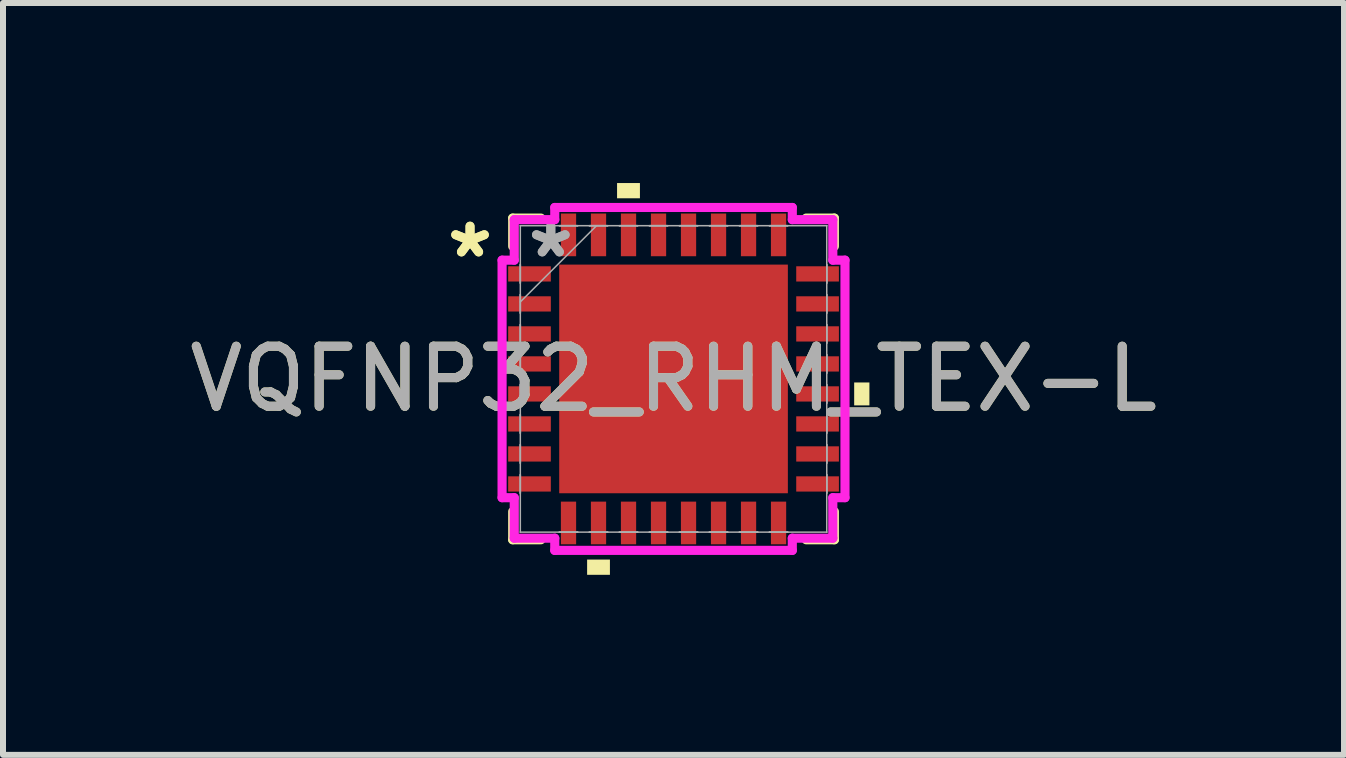
<source format=kicad_pcb>
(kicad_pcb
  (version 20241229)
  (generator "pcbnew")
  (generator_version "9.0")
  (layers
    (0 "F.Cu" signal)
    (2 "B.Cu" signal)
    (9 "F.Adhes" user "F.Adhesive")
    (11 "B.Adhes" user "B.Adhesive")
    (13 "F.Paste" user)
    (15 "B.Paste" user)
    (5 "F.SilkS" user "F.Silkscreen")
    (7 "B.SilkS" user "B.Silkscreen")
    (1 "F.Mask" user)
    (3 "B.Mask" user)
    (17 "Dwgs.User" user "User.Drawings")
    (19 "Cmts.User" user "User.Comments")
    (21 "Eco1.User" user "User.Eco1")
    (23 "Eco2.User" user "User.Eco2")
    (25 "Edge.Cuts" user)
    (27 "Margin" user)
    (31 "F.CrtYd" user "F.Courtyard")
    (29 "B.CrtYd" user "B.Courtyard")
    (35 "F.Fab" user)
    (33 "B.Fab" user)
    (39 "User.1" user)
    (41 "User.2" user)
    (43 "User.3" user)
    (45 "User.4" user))
  (footprint "VQFNP32_RHM_TEX-L"
    (layer "F.Cu")
    (at 8.173 3.264)
    (property "Reference" "VQFNP32_RHM_TEX-L" (at 0 0 0) (unlocked yes) (layer "F.SilkS") (effects (font (size 1 1) (thickness 0.15))))
    (attr smd)
    (fp_line (start -2.68 -2.68) (end -2.68 -2.21) (stroke (width 0.152) (type solid)) (layer "F.SilkS"))
    (fp_line (start -2.68 2.21) (end -2.68 2.68) (stroke (width 0.152) (type solid)) (layer "F.SilkS"))
    (fp_line (start -2.68 2.68) (end -2.21 2.68) (stroke (width 0.152) (type solid)) (layer "F.SilkS"))
    (fp_line (start -2.21 -2.68) (end -2.68 -2.68) (stroke (width 0.152) (type solid)) (layer "F.SilkS"))
    (fp_line (start 2.21 2.68) (end 2.68 2.68) (stroke (width 0.152) (type solid)) (layer "F.SilkS"))
    (fp_line (start 2.68 -2.68) (end 2.21 -2.68) (stroke (width 0.152) (type solid)) (layer "F.SilkS"))
    (fp_line (start 2.68 -2.21) (end 2.68 -2.68) (stroke (width 0.152) (type solid)) (layer "F.SilkS"))
    (fp_line (start 2.68 2.68) (end 2.68 2.21) (stroke (width 0.152) (type solid)) (layer "F.SilkS"))
    (fp_poly (pts (xy -1.44 3.01) (xy -1.44 3.264) (xy -1.06 3.264) (xy -1.06 3.01)) (stroke (width 0) (type solid)) (fill yes) (layer "F.SilkS"))
    (fp_poly (pts (xy -0.941 -3.01) (xy -0.941 -3.264) (xy -0.56 -3.264) (xy -0.56 -3.01)) (stroke (width 0) (type solid)) (fill yes) (layer "F.SilkS"))
    (fp_poly (pts (xy 3.264 0.059) (xy 3.264 0.441) (xy 3.01 0.441) (xy 3.01 0.059)) (stroke (width 0) (type solid)) (fill yes) (layer "F.SilkS"))
    (fp_poly (pts (xy -1.805 -1.805) (xy -1.805 -0.735) (xy -0.735 -0.735) (xy -0.735 -1.805)) (stroke (width 0) (type solid)) (fill yes) (layer "F.Paste"))
    (fp_poly (pts (xy -1.805 -0.535) (xy -1.805 0.535) (xy -0.735 0.535) (xy -0.735 -0.535)) (stroke (width 0) (type solid)) (fill yes) (layer "F.Paste"))
    (fp_poly (pts (xy -1.805 0.735) (xy -1.805 1.805) (xy -0.735 1.805) (xy -0.735 0.735)) (stroke (width 0) (type solid)) (fill yes) (layer "F.Paste"))
    (fp_poly (pts (xy -0.535 -1.805) (xy -0.535 -0.735) (xy 0.535 -0.735) (xy 0.535 -1.805)) (stroke (width 0) (type solid)) (fill yes) (layer "F.Paste"))
    (fp_poly (pts (xy -0.535 -0.535) (xy -0.535 0.535) (xy 0.535 0.535) (xy 0.535 -0.535)) (stroke (width 0) (type solid)) (fill yes) (layer "F.Paste"))
    (fp_poly (pts (xy -0.535 0.735) (xy -0.535 1.805) (xy 0.535 1.805) (xy 0.535 0.735)) (stroke (width 0) (type solid)) (fill yes) (layer "F.Paste"))
    (fp_poly (pts (xy 0.735 -1.805) (xy 0.735 -0.735) (xy 1.805 -0.735) (xy 1.805 -1.805)) (stroke (width 0) (type solid)) (fill yes) (layer "F.Paste"))
    (fp_poly (pts (xy 0.735 -0.535) (xy 0.735 0.535) (xy 1.805 0.535) (xy 1.805 -0.535)) (stroke (width 0) (type solid)) (fill yes) (layer "F.Paste"))
    (fp_poly (pts (xy 0.735 0.735) (xy 0.735 1.805) (xy 1.805 1.805) (xy 1.805 0.735)) (stroke (width 0) (type solid)) (fill yes) (layer "F.Paste"))
    (fp_line (start -2.857 -1.979) (end -2.654 -1.979) (stroke (width 0.152) (type solid)) (layer "F.CrtYd"))
    (fp_line (start -2.857 1.979) (end -2.857 -1.979) (stroke (width 0.152) (type solid)) (layer "F.CrtYd"))
    (fp_line (start -2.654 -2.654) (end -1.979 -2.654) (stroke (width 0.152) (type solid)) (layer "F.CrtYd"))
    (fp_line (start -2.654 -1.979) (end -2.654 -2.654) (stroke (width 0.152) (type solid)) (layer "F.CrtYd"))
    (fp_line (start -2.654 1.979) (end -2.857 1.979) (stroke (width 0.152) (type solid)) (layer "F.CrtYd"))
    (fp_line (start -2.654 2.654) (end -2.654 1.979) (stroke (width 0.152) (type solid)) (layer "F.CrtYd"))
    (fp_line (start -1.979 -2.857) (end 1.979 -2.857) (stroke (width 0.152) (type solid)) (layer "F.CrtYd"))
    (fp_line (start -1.979 -2.654) (end -1.979 -2.857) (stroke (width 0.152) (type solid)) (layer "F.CrtYd"))
    (fp_line (start -1.979 2.654) (end -2.654 2.654) (stroke (width 0.152) (type solid)) (layer "F.CrtYd"))
    (fp_line (start -1.979 2.857) (end -1.979 2.654) (stroke (width 0.152) (type solid)) (layer "F.CrtYd"))
    (fp_line (start 1.979 -2.857) (end 1.979 -2.654) (stroke (width 0.152) (type solid)) (layer "F.CrtYd"))
    (fp_line (start 1.979 -2.654) (end 2.654 -2.654) (stroke (width 0.152) (type solid)) (layer "F.CrtYd"))
    (fp_line (start 1.979 2.654) (end 1.979 2.857) (stroke (width 0.152) (type solid)) (layer "F.CrtYd"))
    (fp_line (start 1.979 2.857) (end -1.979 2.857) (stroke (width 0.152) (type solid)) (layer "F.CrtYd"))
    (fp_line (start 2.654 -2.654) (end 2.654 -1.979) (stroke (width 0.152) (type solid)) (layer "F.CrtYd"))
    (fp_line (start 2.654 -1.979) (end 2.857 -1.979) (stroke (width 0.152) (type solid)) (layer "F.CrtYd"))
    (fp_line (start 2.654 1.979) (end 2.654 2.654) (stroke (width 0.152) (type solid)) (layer "F.CrtYd"))
    (fp_line (start 2.654 2.654) (end 1.979 2.654) (stroke (width 0.152) (type solid)) (layer "F.CrtYd"))
    (fp_line (start 2.857 -1.979) (end 2.857 1.979) (stroke (width 0.152) (type solid)) (layer "F.CrtYd"))
    (fp_line (start 2.857 1.979) (end 2.654 1.979) (stroke (width 0.152) (type solid)) (layer "F.CrtYd"))
    (fp_line (start -2.553 -2.553) (end -2.553 -2.553) (stroke (width 0.025) (type solid)) (layer "F.Fab"))
    (fp_line (start -2.553 -2.553) (end -2.553 2.553) (stroke (width 0.025) (type solid)) (layer "F.Fab"))
    (fp_line (start -2.553 -1.902) (end -2.553 -1.902) (stroke (width 0.025) (type solid)) (layer "F.Fab"))
    (fp_line (start -2.553 -1.902) (end -2.553 -1.598) (stroke (width 0.025) (type solid)) (layer "F.Fab"))
    (fp_line (start -2.553 -1.598) (end -2.553 -1.902) (stroke (width 0.025) (type solid)) (layer "F.Fab"))
    (fp_line (start -2.553 -1.598) (end -2.553 -1.598) (stroke (width 0.025) (type solid)) (layer "F.Fab"))
    (fp_line (start -2.553 -1.402) (end -2.553 -1.402) (stroke (width 0.025) (type solid)) (layer "F.Fab"))
    (fp_line (start -2.553 -1.402) (end -2.553 -1.098) (stroke (width 0.025) (type solid)) (layer "F.Fab"))
    (fp_line (start -2.553 -1.283) (end -1.283 -2.553) (stroke (width 0.025) (type solid)) (layer "F.Fab"))
    (fp_line (start -2.553 -1.098) (end -2.553 -1.402) (stroke (width 0.025) (type solid)) (layer "F.Fab"))
    (fp_line (start -2.553 -1.098) (end -2.553 -1.098) (stroke (width 0.025) (type solid)) (layer "F.Fab"))
    (fp_line (start -2.553 -0.902) (end -2.553 -0.902) (stroke (width 0.025) (type solid)) (layer "F.Fab"))
    (fp_line (start -2.553 -0.902) (end -2.553 -0.598) (stroke (width 0.025) (type solid)) (layer "F.Fab"))
    (fp_line (start -2.553 -0.598) (end -2.553 -0.902) (stroke (width 0.025) (type solid)) (layer "F.Fab"))
    (fp_line (start -2.553 -0.598) (end -2.553 -0.598) (stroke (width 0.025) (type solid)) (layer "F.Fab"))
    (fp_line (start -2.553 -0.402) (end -2.553 -0.402) (stroke (width 0.025) (type solid)) (layer "F.Fab"))
    (fp_line (start -2.553 -0.402) (end -2.553 -0.098) (stroke (width 0.025) (type solid)) (layer "F.Fab"))
    (fp_line (start -2.553 -0.098) (end -2.553 -0.402) (stroke (width 0.025) (type solid)) (layer "F.Fab"))
    (fp_line (start -2.553 -0.098) (end -2.553 -0.098) (stroke (width 0.025) (type solid)) (layer "F.Fab"))
    (fp_line (start -2.553 0.098) (end -2.553 0.098) (stroke (width 0.025) (type solid)) (layer "F.Fab"))
    (fp_line (start -2.553 0.098) (end -2.553 0.402) (stroke (width 0.025) (type solid)) (layer "F.Fab"))
    (fp_line (start -2.553 0.402) (end -2.553 0.098) (stroke (width 0.025) (type solid)) (layer "F.Fab"))
    (fp_line (start -2.553 0.402) (end -2.553 0.402) (stroke (width 0.025) (type solid)) (layer "F.Fab"))
    (fp_line (start -2.553 0.598) (end -2.553 0.598) (stroke (width 0.025) (type solid)) (layer "F.Fab"))
    (fp_line (start -2.553 0.598) (end -2.553 0.902) (stroke (width 0.025) (type solid)) (layer "F.Fab"))
    (fp_line (start -2.553 0.902) (end -2.553 0.598) (stroke (width 0.025) (type solid)) (layer "F.Fab"))
    (fp_line (start -2.553 0.902) (end -2.553 0.902) (stroke (width 0.025) (type solid)) (layer "F.Fab"))
    (fp_line (start -2.553 1.098) (end -2.553 1.098) (stroke (width 0.025) (type solid)) (layer "F.Fab"))
    (fp_line (start -2.553 1.098) (end -2.553 1.402) (stroke (width 0.025) (type solid)) (layer "F.Fab"))
    (fp_line (start -2.553 1.402) (end -2.553 1.098) (stroke (width 0.025) (type solid)) (layer "F.Fab"))
    (fp_line (start -2.553 1.402) (end -2.553 1.402) (stroke (width 0.025) (type solid)) (layer "F.Fab"))
    (fp_line (start -2.553 1.598) (end -2.553 1.598) (stroke (width 0.025) (type solid)) (layer "F.Fab"))
    (fp_line (start -2.553 1.598) (end -2.553 1.902) (stroke (width 0.025) (type solid)) (layer "F.Fab"))
    (fp_line (start -2.553 1.902) (end -2.553 1.598) (stroke (width 0.025) (type solid)) (layer "F.Fab"))
    (fp_line (start -2.553 1.902) (end -2.553 1.902) (stroke (width 0.025) (type solid)) (layer "F.Fab"))
    (fp_line (start -2.553 2.553) (end -2.553 2.553) (stroke (width 0.025) (type solid)) (layer "F.Fab"))
    (fp_line (start -2.553 2.553) (end 2.553 2.553) (stroke (width 0.025) (type solid)) (layer "F.Fab"))
    (fp_line (start -1.902 -2.553) (end -1.902 -2.553) (stroke (width 0.025) (type solid)) (layer "F.Fab"))
    (fp_line (start -1.902 -2.553) (end -1.598 -2.553) (stroke (width 0.025) (type solid)) (layer "F.Fab"))
    (fp_line (start -1.902 2.553) (end -1.902 2.553) (stroke (width 0.025) (type solid)) (layer "F.Fab"))
    (fp_line (start -1.902 2.553) (end -1.598 2.553) (stroke (width 0.025) (type solid)) (layer "F.Fab"))
    (fp_line (start -1.598 -2.553) (end -1.902 -2.553) (stroke (width 0.025) (type solid)) (layer "F.Fab"))
    (fp_line (start -1.598 -2.553) (end -1.598 -2.553) (stroke (width 0.025) (type solid)) (layer "F.Fab"))
    (fp_line (start -1.598 2.553) (end -1.902 2.553) (stroke (width 0.025) (type solid)) (layer "F.Fab"))
    (fp_line (start -1.598 2.553) (end -1.598 2.553) (stroke (width 0.025) (type solid)) (layer "F.Fab"))
    (fp_line (start -1.402 -2.553) (end -1.402 -2.553) (stroke (width 0.025) (type solid)) (layer "F.Fab"))
    (fp_line (start -1.402 -2.553) (end -1.098 -2.553) (stroke (width 0.025) (type solid)) (layer "F.Fab"))
    (fp_line (start -1.402 2.553) (end -1.402 2.553) (stroke (width 0.025) (type solid)) (layer "F.Fab"))
    (fp_line (start -1.402 2.553) (end -1.098 2.553) (stroke (width 0.025) (type solid)) (layer "F.Fab"))
    (fp_line (start -1.098 -2.553) (end -1.402 -2.553) (stroke (width 0.025) (type solid)) (layer "F.Fab"))
    (fp_line (start -1.098 -2.553) (end -1.098 -2.553) (stroke (width 0.025) (type solid)) (layer "F.Fab"))
    (fp_line (start -1.098 2.553) (end -1.402 2.553) (stroke (width 0.025) (type solid)) (layer "F.Fab"))
    (fp_line (start -1.098 2.553) (end -1.098 2.553) (stroke (width 0.025) (type solid)) (layer "F.Fab"))
    (fp_line (start -0.902 -2.553) (end -0.902 -2.553) (stroke (width 0.025) (type solid)) (layer "F.Fab"))
    (fp_line (start -0.902 -2.553) (end -0.598 -2.553) (stroke (width 0.025) (type solid)) (layer "F.Fab"))
    (fp_line (start -0.902 2.553) (end -0.902 2.553) (stroke (width 0.025) (type solid)) (layer "F.Fab"))
    (fp_line (start -0.902 2.553) (end -0.598 2.553) (stroke (width 0.025) (type solid)) (layer "F.Fab"))
    (fp_line (start -0.598 -2.553) (end -0.902 -2.553) (stroke (width 0.025) (type solid)) (layer "F.Fab"))
    (fp_line (start -0.598 -2.553) (end -0.598 -2.553) (stroke (width 0.025) (type solid)) (layer "F.Fab"))
    (fp_line (start -0.598 2.553) (end -0.902 2.553) (stroke (width 0.025) (type solid)) (layer "F.Fab"))
    (fp_line (start -0.598 2.553) (end -0.598 2.553) (stroke (width 0.025) (type solid)) (layer "F.Fab"))
    (fp_line (start -0.402 -2.553) (end -0.402 -2.553) (stroke (width 0.025) (type solid)) (layer "F.Fab"))
    (fp_line (start -0.402 -2.553) (end -0.098 -2.553) (stroke (width 0.025) (type solid)) (layer "F.Fab"))
    (fp_line (start -0.402 2.553) (end -0.402 2.553) (stroke (width 0.025) (type solid)) (layer "F.Fab"))
    (fp_line (start -0.402 2.553) (end -0.098 2.553) (stroke (width 0.025) (type solid)) (layer "F.Fab"))
    (fp_line (start -0.098 -2.553) (end -0.402 -2.553) (stroke (width 0.025) (type solid)) (layer "F.Fab"))
    (fp_line (start -0.098 -2.553) (end -0.098 -2.553) (stroke (width 0.025) (type solid)) (layer "F.Fab"))
    (fp_line (start -0.098 2.553) (end -0.402 2.553) (stroke (width 0.025) (type solid)) (layer "F.Fab"))
    (fp_line (start -0.098 2.553) (end -0.098 2.553) (stroke (width 0.025) (type solid)) (layer "F.Fab"))
    (fp_line (start 0.098 -2.553) (end 0.098 -2.553) (stroke (width 0.025) (type solid)) (layer "F.Fab"))
    (fp_line (start 0.098 -2.553) (end 0.402 -2.553) (stroke (width 0.025) (type solid)) (layer "F.Fab"))
    (fp_line (start 0.098 2.553) (end 0.098 2.553) (stroke (width 0.025) (type solid)) (layer "F.Fab"))
    (fp_line (start 0.098 2.553) (end 0.402 2.553) (stroke (width 0.025) (type solid)) (layer "F.Fab"))
    (fp_line (start 0.402 -2.553) (end 0.098 -2.553) (stroke (width 0.025) (type solid)) (layer "F.Fab"))
    (fp_line (start 0.402 -2.553) (end 0.402 -2.553) (stroke (width 0.025) (type solid)) (layer "F.Fab"))
    (fp_line (start 0.402 2.553) (end 0.098 2.553) (stroke (width 0.025) (type solid)) (layer "F.Fab"))
    (fp_line (start 0.402 2.553) (end 0.402 2.553) (stroke (width 0.025) (type solid)) (layer "F.Fab"))
    (fp_line (start 0.598 -2.553) (end 0.598 -2.553) (stroke (width 0.025) (type solid)) (layer "F.Fab"))
    (fp_line (start 0.598 -2.553) (end 0.902 -2.553) (stroke (width 0.025) (type solid)) (layer "F.Fab"))
    (fp_line (start 0.598 2.553) (end 0.598 2.553) (stroke (width 0.025) (type solid)) (layer "F.Fab"))
    (fp_line (start 0.598 2.553) (end 0.902 2.553) (stroke (width 0.025) (type solid)) (layer "F.Fab"))
    (fp_line (start 0.902 -2.553) (end 0.598 -2.553) (stroke (width 0.025) (type solid)) (layer "F.Fab"))
    (fp_line (start 0.902 -2.553) (end 0.902 -2.553) (stroke (width 0.025) (type solid)) (layer "F.Fab"))
    (fp_line (start 0.902 2.553) (end 0.598 2.553) (stroke (width 0.025) (type solid)) (layer "F.Fab"))
    (fp_line (start 0.902 2.553) (end 0.902 2.553) (stroke (width 0.025) (type solid)) (layer "F.Fab"))
    (fp_line (start 1.098 -2.553) (end 1.098 -2.553) (stroke (width 0.025) (type solid)) (layer "F.Fab"))
    (fp_line (start 1.098 -2.553) (end 1.402 -2.553) (stroke (width 0.025) (type solid)) (layer "F.Fab"))
    (fp_line (start 1.098 2.553) (end 1.098 2.553) (stroke (width 0.025) (type solid)) (layer "F.Fab"))
    (fp_line (start 1.098 2.553) (end 1.402 2.553) (stroke (width 0.025) (type solid)) (layer "F.Fab"))
    (fp_line (start 1.402 -2.553) (end 1.098 -2.553) (stroke (width 0.025) (type solid)) (layer "F.Fab"))
    (fp_line (start 1.402 -2.553) (end 1.402 -2.553) (stroke (width 0.025) (type solid)) (layer "F.Fab"))
    (fp_line (start 1.402 2.553) (end 1.098 2.553) (stroke (width 0.025) (type solid)) (layer "F.Fab"))
    (fp_line (start 1.402 2.553) (end 1.402 2.553) (stroke (width 0.025) (type solid)) (layer "F.Fab"))
    (fp_line (start 1.598 -2.553) (end 1.598 -2.553) (stroke (width 0.025) (type solid)) (layer "F.Fab"))
    (fp_line (start 1.598 -2.553) (end 1.902 -2.553) (stroke (width 0.025) (type solid)) (layer "F.Fab"))
    (fp_line (start 1.598 2.553) (end 1.598 2.553) (stroke (width 0.025) (type solid)) (layer "F.Fab"))
    (fp_line (start 1.598 2.553) (end 1.902 2.553) (stroke (width 0.025) (type solid)) (layer "F.Fab"))
    (fp_line (start 1.902 -2.553) (end 1.598 -2.553) (stroke (width 0.025) (type solid)) (layer "F.Fab"))
    (fp_line (start 1.902 -2.553) (end 1.902 -2.553) (stroke (width 0.025) (type solid)) (layer "F.Fab"))
    (fp_line (start 1.902 2.553) (end 1.598 2.553) (stroke (width 0.025) (type solid)) (layer "F.Fab"))
    (fp_line (start 1.902 2.553) (end 1.902 2.553) (stroke (width 0.025) (type solid)) (layer "F.Fab"))
    (fp_line (start 2.553 -2.553) (end -2.553 -2.553) (stroke (width 0.025) (type solid)) (layer "F.Fab"))
    (fp_line (start 2.553 -2.553) (end 2.553 -2.553) (stroke (width 0.025) (type solid)) (layer "F.Fab"))
    (fp_line (start 2.553 -1.902) (end 2.553 -1.902) (stroke (width 0.025) (type solid)) (layer "F.Fab"))
    (fp_line (start 2.553 -1.902) (end 2.553 -1.598) (stroke (width 0.025) (type solid)) (layer "F.Fab"))
    (fp_line (start 2.553 -1.598) (end 2.553 -1.902) (stroke (width 0.025) (type solid)) (layer "F.Fab"))
    (fp_line (start 2.553 -1.598) (end 2.553 -1.598) (stroke (width 0.025) (type solid)) (layer "F.Fab"))
    (fp_line (start 2.553 -1.402) (end 2.553 -1.402) (stroke (width 0.025) (type solid)) (layer "F.Fab"))
    (fp_line (start 2.553 -1.402) (end 2.553 -1.098) (stroke (width 0.025) (type solid)) (layer "F.Fab"))
    (fp_line (start 2.553 -1.098) (end 2.553 -1.402) (stroke (width 0.025) (type solid)) (layer "F.Fab"))
    (fp_line (start 2.553 -1.098) (end 2.553 -1.098) (stroke (width 0.025) (type solid)) (layer "F.Fab"))
    (fp_line (start 2.553 -0.902) (end 2.553 -0.902) (stroke (width 0.025) (type solid)) (layer "F.Fab"))
    (fp_line (start 2.553 -0.902) (end 2.553 -0.598) (stroke (width 0.025) (type solid)) (layer "F.Fab"))
    (fp_line (start 2.553 -0.598) (end 2.553 -0.902) (stroke (width 0.025) (type solid)) (layer "F.Fab"))
    (fp_line (start 2.553 -0.598) (end 2.553 -0.598) (stroke (width 0.025) (type solid)) (layer "F.Fab"))
    (fp_line (start 2.553 -0.402) (end 2.553 -0.402) (stroke (width 0.025) (type solid)) (layer "F.Fab"))
    (fp_line (start 2.553 -0.402) (end 2.553 -0.098) (stroke (width 0.025) (type solid)) (layer "F.Fab"))
    (fp_line (start 2.553 -0.098) (end 2.553 -0.402) (stroke (width 0.025) (type solid)) (layer "F.Fab"))
    (fp_line (start 2.553 -0.098) (end 2.553 -0.098) (stroke (width 0.025) (type solid)) (layer "F.Fab"))
    (fp_line (start 2.553 0.098) (end 2.553 0.098) (stroke (width 0.025) (type solid)) (layer "F.Fab"))
    (fp_line (start 2.553 0.098) (end 2.553 0.402) (stroke (width 0.025) (type solid)) (layer "F.Fab"))
    (fp_line (start 2.553 0.402) (end 2.553 0.098) (stroke (width 0.025) (type solid)) (layer "F.Fab"))
    (fp_line (start 2.553 0.402) (end 2.553 0.402) (stroke (width 0.025) (type solid)) (layer "F.Fab"))
    (fp_line (start 2.553 0.598) (end 2.553 0.598) (stroke (width 0.025) (type solid)) (layer "F.Fab"))
    (fp_line (start 2.553 0.598) (end 2.553 0.902) (stroke (width 0.025) (type solid)) (layer "F.Fab"))
    (fp_line (start 2.553 0.902) (end 2.553 0.598) (stroke (width 0.025) (type solid)) (layer "F.Fab"))
    (fp_line (start 2.553 0.902) (end 2.553 0.902) (stroke (width 0.025) (type solid)) (layer "F.Fab"))
    (fp_line (start 2.553 1.098) (end 2.553 1.098) (stroke (width 0.025) (type solid)) (layer "F.Fab"))
    (fp_line (start 2.553 1.098) (end 2.553 1.402) (stroke (width 0.025) (type solid)) (layer "F.Fab"))
    (fp_line (start 2.553 1.402) (end 2.553 1.098) (stroke (width 0.025) (type solid)) (layer "F.Fab"))
    (fp_line (start 2.553 1.402) (end 2.553 1.402) (stroke (width 0.025) (type solid)) (layer "F.Fab"))
    (fp_line (start 2.553 1.598) (end 2.553 1.598) (stroke (width 0.025) (type solid)) (layer "F.Fab"))
    (fp_line (start 2.553 1.598) (end 2.553 1.902) (stroke (width 0.025) (type solid)) (layer "F.Fab"))
    (fp_line (start 2.553 1.902) (end 2.553 1.598) (stroke (width 0.025) (type solid)) (layer "F.Fab"))
    (fp_line (start 2.553 1.902) (end 2.553 1.902) (stroke (width 0.025) (type solid)) (layer "F.Fab"))
    (fp_line (start 2.553 2.553) (end 2.553 -2.553) (stroke (width 0.025) (type solid)) (layer "F.Fab"))
    (fp_line (start 2.553 2.553) (end 2.553 2.553) (stroke (width 0.025) (type solid)) (layer "F.Fab"))
    (fp_text user "*" (at -3.391 -2 0) (unlocked yes) (layer "F.SilkS") (effects (font (size 1 1) (thickness 0.15))))
    (fp_text user "*" (at -3.391 -2 0) (layer "F.SilkS") (effects (font (size 1 1) (thickness 0.15))))
    (fp_text user "*" (at -2.045 -2 0) (unlocked yes) (layer "F.Fab") (effects (font (size 1 1) (thickness 0.15))))
    (fp_text user "*" (at -2.045 -2 0) (layer "F.Fab") (effects (font (size 1 1) (thickness 0.15))))
    (fp_text user "${REFERENCE}" (at 0 0 0) (unlocked yes) (layer "F.Fab") (effects (font (size 1 1) (thickness 0.15))))
    (pad "1" smd rect (at -2.4 -1.75 90) (size 0.254 0.711) (layers "F.Cu" "F.Mask" "F.Paste"))
    (pad "2" smd rect (at -2.4 -1.25 90) (size 0.254 0.711) (layers "F.Cu" "F.Mask" "F.Paste"))
    (pad "3" smd rect (at -2.4 -0.75 90) (size 0.254 0.711) (layers "F.Cu" "F.Mask" "F.Paste"))
    (pad "4" smd rect (at -2.4 -0.25 90) (size 0.254 0.711) (layers "F.Cu" "F.Mask" "F.Paste"))
    (pad "5" smd rect (at -2.4 0.25 90) (size 0.254 0.711) (layers "F.Cu" "F.Mask" "F.Paste"))
    (pad "6" smd rect (at -2.4 0.75 90) (size 0.254 0.711) (layers "F.Cu" "F.Mask" "F.Paste"))
    (pad "7" smd rect (at -2.4 1.25 90) (size 0.254 0.711) (layers "F.Cu" "F.Mask" "F.Paste"))
    (pad "8" smd rect (at -2.4 1.75 90) (size 0.254 0.711) (layers "F.Cu" "F.Mask" "F.Paste"))
    (pad "9" smd rect (at -1.75 2.4) (size 0.254 0.711) (layers "F.Cu" "F.Mask" "F.Paste"))
    (pad "10" smd rect (at -1.25 2.4) (size 0.254 0.711) (layers "F.Cu" "F.Mask" "F.Paste"))
    (pad "11" smd rect (at -0.75 2.4) (size 0.254 0.711) (layers "F.Cu" "F.Mask" "F.Paste"))
    (pad "12" smd rect (at -0.25 2.4) (size 0.254 0.711) (layers "F.Cu" "F.Mask" "F.Paste"))
    (pad "13" smd rect (at 0.25 2.4) (size 0.254 0.711) (layers "F.Cu" "F.Mask" "F.Paste"))
    (pad "14" smd rect (at 0.75 2.4) (size 0.254 0.711) (layers "F.Cu" "F.Mask" "F.Paste"))
    (pad "15" smd rect (at 1.25 2.4) (size 0.254 0.711) (layers "F.Cu" "F.Mask" "F.Paste"))
    (pad "16" smd rect (at 1.75 2.4) (size 0.254 0.711) (layers "F.Cu" "F.Mask" "F.Paste"))
    (pad "17" smd rect (at 2.4 1.75 90) (size 0.254 0.711) (layers "F.Cu" "F.Mask" "F.Paste"))
    (pad "18" smd rect (at 2.4 1.25 90) (size 0.254 0.711) (layers "F.Cu" "F.Mask" "F.Paste"))
    (pad "19" smd rect (at 2.4 0.75 90) (size 0.254 0.711) (layers "F.Cu" "F.Mask" "F.Paste"))
    (pad "20" smd rect (at 2.4 0.25 90) (size 0.254 0.711) (layers "F.Cu" "F.Mask" "F.Paste"))
    (pad "21" smd rect (at 2.4 -0.25 90) (size 0.254 0.711) (layers "F.Cu" "F.Mask" "F.Paste"))
    (pad "22" smd rect (at 2.4 -0.75 90) (size 0.254 0.711) (layers "F.Cu" "F.Mask" "F.Paste"))
    (pad "23" smd rect (at 2.4 -1.25 90) (size 0.254 0.711) (layers "F.Cu" "F.Mask" "F.Paste"))
    (pad "24" smd rect (at 2.4 -1.75 90) (size 0.254 0.711) (layers "F.Cu" "F.Mask" "F.Paste"))
    (pad "25" smd rect (at 1.75 -2.4) (size 0.254 0.711) (layers "F.Cu" "F.Mask" "F.Paste"))
    (pad "26" smd rect (at 1.25 -2.4) (size 0.254 0.711) (layers "F.Cu" "F.Mask" "F.Paste"))
    (pad "27" smd rect (at 0.75 -2.4) (size 0.254 0.711) (layers "F.Cu" "F.Mask" "F.Paste"))
    (pad "28" smd rect (at 0.25 -2.4) (size 0.254 0.711) (layers "F.Cu" "F.Mask" "F.Paste"))
    (pad "29" smd rect (at -0.25 -2.4) (size 0.254 0.711) (layers "F.Cu" "F.Mask" "F.Paste"))
    (pad "30" smd rect (at -0.75 -2.4) (size 0.254 0.711) (layers "F.Cu" "F.Mask" "F.Paste"))
    (pad "31" smd rect (at -1.25 -2.4) (size 0.254 0.711) (layers "F.Cu" "F.Mask" "F.Paste"))
    (pad "32" smd rect (at -1.75 -2.4) (size 0.254 0.711) (layers "F.Cu" "F.Mask" "F.Paste"))
    (pad "33" smd rect (at 0 0) (size 3.81 3.81) (layers "F.Cu" "F.Mask" "F.Paste")))
  (gr_rect
    (start -3 -3)
    (end 19.345 9.528)
    (stroke (width 0.1) (type default))
    (fill no)
    (layer "Edge.Cuts")))
</source>
